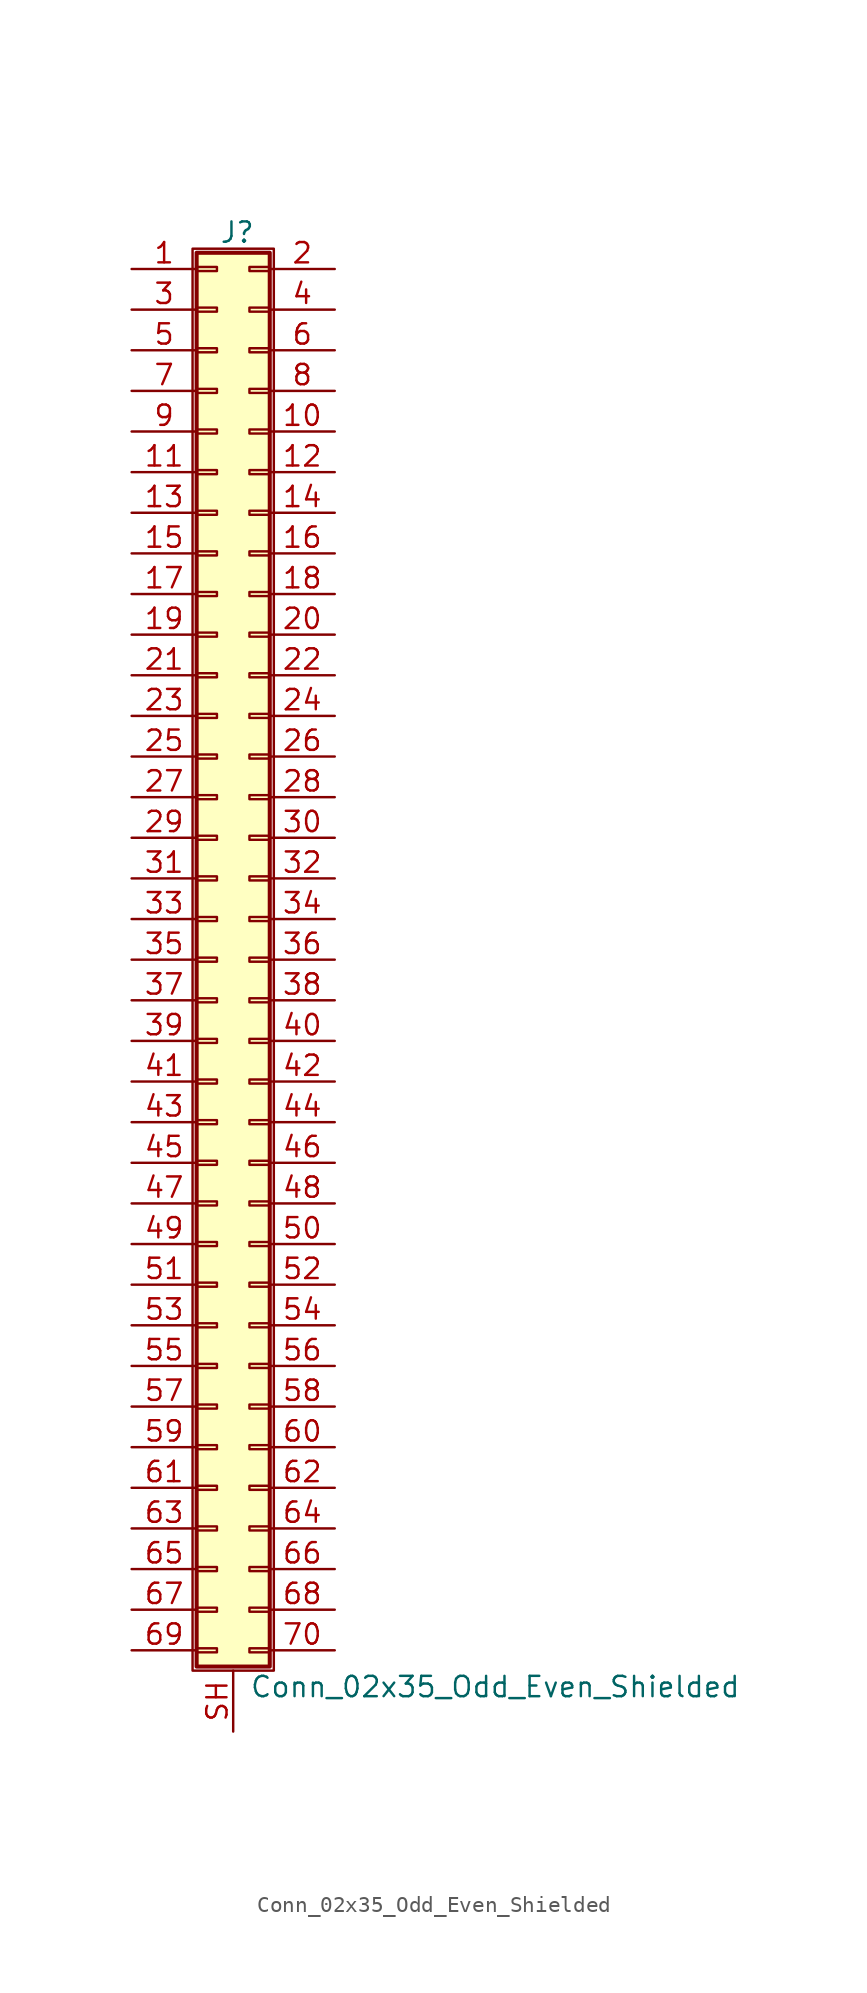
<source format=kicad_sym>
(kicad_symbol_lib
  (version 20211014)
  (generator kicad_symbol_editor)
  (symbol "Conn_02x35_Odd_Even_Shielded"
    (pin_names
      (offset 1.016) hide)
    (property "Reference" "J"
      (at 1.524 45.466 0)
      (effects (font (size 1.27 1.27))))
    (property "Value" "Conn_02x35_Odd_Even_Shielded"
      (at 2.286 -45.466 0)
      (effects (font (size 1.27 1.27)) (justify left)))
    (symbol "Conn_02x35_Odd_Even_Shielded_1_1"
      (rectangle (start -1.27 44.45) (end 3.81 -44.45) (stroke (width 0.152) (type default) (color 0 0 0 0)) (fill (type none)))
      (rectangle (start -1.016 -43.053) (end 0.254 -43.307) (stroke (width 0.152) (type default) (color 0 0 0 0)) (fill (type none)))
      (rectangle (start -1.016 -40.513) (end 0.254 -40.767) (stroke (width 0.152) (type default) (color 0 0 0 0)) (fill (type none)))
      (rectangle (start -1.016 -37.973) (end 0.254 -38.227) (stroke (width 0.152) (type default) (color 0 0 0 0)) (fill (type none)))
      (rectangle (start -1.016 -35.433) (end 0.254 -35.687) (stroke (width 0.152) (type default) (color 0 0 0 0)) (fill (type none)))
      (rectangle (start -1.016 -32.893) (end 0.254 -33.147) (stroke (width 0.152) (type default) (color 0 0 0 0)) (fill (type none)))
      (rectangle (start -1.016 -30.353) (end 0.254 -30.607) (stroke (width 0.152) (type default) (color 0 0 0 0)) (fill (type none)))
      (rectangle (start -1.016 -27.813) (end 0.254 -28.067) (stroke (width 0.152) (type default) (color 0 0 0 0)) (fill (type none)))
      (rectangle (start -1.016 -25.273) (end 0.254 -25.527) (stroke (width 0.152) (type default) (color 0 0 0 0)) (fill (type none)))
      (rectangle (start -1.016 -22.733) (end 0.254 -22.987) (stroke (width 0.152) (type default) (color 0 0 0 0)) (fill (type none)))
      (rectangle (start -1.016 -20.193) (end 0.254 -20.447) (stroke (width 0.152) (type default) (color 0 0 0 0)) (fill (type none)))
      (rectangle (start -1.016 -17.653) (end 0.254 -17.907) (stroke (width 0.152) (type default) (color 0 0 0 0)) (fill (type none)))
      (rectangle (start -1.016 -15.113) (end 0.254 -15.367) (stroke (width 0.152) (type default) (color 0 0 0 0)) (fill (type none)))
      (rectangle (start -1.016 -12.573) (end 0.254 -12.827) (stroke (width 0.152) (type default) (color 0 0 0 0)) (fill (type none)))
      (rectangle (start -1.016 -10.033) (end 0.254 -10.287) (stroke (width 0.152) (type default) (color 0 0 0 0)) (fill (type none)))
      (rectangle (start -1.016 -7.493) (end 0.254 -7.747) (stroke (width 0.152) (type default) (color 0 0 0 0)) (fill (type none)))
      (rectangle (start -1.016 -4.953) (end 0.254 -5.207) (stroke (width 0.152) (type default) (color 0 0 0 0)) (fill (type none)))
      (rectangle (start -1.016 -2.413) (end 0.254 -2.667) (stroke (width 0.152) (type default) (color 0 0 0 0)) (fill (type none)))
      (rectangle (start -1.016 0.127) (end 0.254 -0.127) (stroke (width 0.152) (type default) (color 0 0 0 0)) (fill (type none)))
      (rectangle (start -1.016 2.667) (end 0.254 2.413) (stroke (width 0.152) (type default) (color 0 0 0 0)) (fill (type none)))
      (rectangle (start -1.016 5.207) (end 0.254 4.953) (stroke (width 0.152) (type default) (color 0 0 0 0)) (fill (type none)))
      (rectangle (start -1.016 7.747) (end 0.254 7.493) (stroke (width 0.152) (type default) (color 0 0 0 0)) (fill (type none)))
      (rectangle (start -1.016 10.287) (end 0.254 10.033) (stroke (width 0.152) (type default) (color 0 0 0 0)) (fill (type none)))
      (rectangle (start -1.016 12.827) (end 0.254 12.573) (stroke (width 0.152) (type default) (color 0 0 0 0)) (fill (type none)))
      (rectangle (start -1.016 15.367) (end 0.254 15.113) (stroke (width 0.152) (type default) (color 0 0 0 0)) (fill (type none)))
      (rectangle (start -1.016 17.907) (end 0.254 17.653) (stroke (width 0.152) (type default) (color 0 0 0 0)) (fill (type none)))
      (rectangle (start -1.016 20.447) (end 0.254 20.193) (stroke (width 0.152) (type default) (color 0 0 0 0)) (fill (type none)))
      (rectangle (start -1.016 22.987) (end 0.254 22.733) (stroke (width 0.152) (type default) (color 0 0 0 0)) (fill (type none)))
      (rectangle (start -1.016 25.527) (end 0.254 25.273) (stroke (width 0.152) (type default) (color 0 0 0 0)) (fill (type none)))
      (rectangle (start -1.016 28.067) (end 0.254 27.813) (stroke (width 0.152) (type default) (color 0 0 0 0)) (fill (type none)))
      (rectangle (start -1.016 30.607) (end 0.254 30.353) (stroke (width 0.152) (type default) (color 0 0 0 0)) (fill (type none)))
      (rectangle (start -1.016 33.147) (end 0.254 32.893) (stroke (width 0.152) (type default) (color 0 0 0 0)) (fill (type none)))
      (rectangle (start -1.016 35.687) (end 0.254 35.433) (stroke (width 0.152) (type default) (color 0 0 0 0)) (fill (type none)))
      (rectangle (start -1.016 38.227) (end 0.254 37.973) (stroke (width 0.152) (type default) (color 0 0 0 0)) (fill (type none)))
      (rectangle (start -1.016 40.767) (end 0.254 40.513) (stroke (width 0.152) (type default) (color 0 0 0 0)) (fill (type none)))
      (rectangle (start -1.016 43.307) (end 0.254 43.053) (stroke (width 0.152) (type default) (color 0 0 0 0)) (fill (type none)))
      (rectangle (start -1.016 44.196) (end 3.556 -44.196) (stroke (width 0.254) (type default) (color 0 0 0 0)) (fill (type background)))
      (rectangle (start 3.556 -43.053) (end 2.286 -43.307) (stroke (width 0.152) (type default) (color 0 0 0 0)) (fill (type none)))
      (rectangle (start 3.556 -40.513) (end 2.286 -40.767) (stroke (width 0.152) (type default) (color 0 0 0 0)) (fill (type none)))
      (rectangle (start 3.556 -37.973) (end 2.286 -38.227) (stroke (width 0.152) (type default) (color 0 0 0 0)) (fill (type none)))
      (rectangle (start 3.556 -35.433) (end 2.286 -35.687) (stroke (width 0.152) (type default) (color 0 0 0 0)) (fill (type none)))
      (rectangle (start 3.556 -32.893) (end 2.286 -33.147) (stroke (width 0.152) (type default) (color 0 0 0 0)) (fill (type none)))
      (rectangle (start 3.556 -30.353) (end 2.286 -30.607) (stroke (width 0.152) (type default) (color 0 0 0 0)) (fill (type none)))
      (rectangle (start 3.556 -27.813) (end 2.286 -28.067) (stroke (width 0.152) (type default) (color 0 0 0 0)) (fill (type none)))
      (rectangle (start 3.556 -25.273) (end 2.286 -25.527) (stroke (width 0.152) (type default) (color 0 0 0 0)) (fill (type none)))
      (rectangle (start 3.556 -22.733) (end 2.286 -22.987) (stroke (width 0.152) (type default) (color 0 0 0 0)) (fill (type none)))
      (rectangle (start 3.556 -20.193) (end 2.286 -20.447) (stroke (width 0.152) (type default) (color 0 0 0 0)) (fill (type none)))
      (rectangle (start 3.556 -17.653) (end 2.286 -17.907) (stroke (width 0.152) (type default) (color 0 0 0 0)) (fill (type none)))
      (rectangle (start 3.556 -15.113) (end 2.286 -15.367) (stroke (width 0.152) (type default) (color 0 0 0 0)) (fill (type none)))
      (rectangle (start 3.556 -12.573) (end 2.286 -12.827) (stroke (width 0.152) (type default) (color 0 0 0 0)) (fill (type none)))
      (rectangle (start 3.556 -10.033) (end 2.286 -10.287) (stroke (width 0.152) (type default) (color 0 0 0 0)) (fill (type none)))
      (rectangle (start 3.556 -7.493) (end 2.286 -7.747) (stroke (width 0.152) (type default) (color 0 0 0 0)) (fill (type none)))
      (rectangle (start 3.556 -4.953) (end 2.286 -5.207) (stroke (width 0.152) (type default) (color 0 0 0 0)) (fill (type none)))
      (rectangle (start 3.556 -2.413) (end 2.286 -2.667) (stroke (width 0.152) (type default) (color 0 0 0 0)) (fill (type none)))
      (rectangle (start 3.556 0.127) (end 2.286 -0.127) (stroke (width 0.152) (type default) (color 0 0 0 0)) (fill (type none)))
      (rectangle (start 3.556 2.667) (end 2.286 2.413) (stroke (width 0.152) (type default) (color 0 0 0 0)) (fill (type none)))
      (rectangle (start 3.556 5.207) (end 2.286 4.953) (stroke (width 0.152) (type default) (color 0 0 0 0)) (fill (type none)))
      (rectangle (start 3.556 7.747) (end 2.286 7.493) (stroke (width 0.152) (type default) (color 0 0 0 0)) (fill (type none)))
      (rectangle (start 3.556 10.287) (end 2.286 10.033) (stroke (width 0.152) (type default) (color 0 0 0 0)) (fill (type none)))
      (rectangle (start 3.556 12.827) (end 2.286 12.573) (stroke (width 0.152) (type default) (color 0 0 0 0)) (fill (type none)))
      (rectangle (start 3.556 15.367) (end 2.286 15.113) (stroke (width 0.152) (type default) (color 0 0 0 0)) (fill (type none)))
      (rectangle (start 3.556 17.907) (end 2.286 17.653) (stroke (width 0.152) (type default) (color 0 0 0 0)) (fill (type none)))
      (rectangle (start 3.556 20.447) (end 2.286 20.193) (stroke (width 0.152) (type default) (color 0 0 0 0)) (fill (type none)))
      (rectangle (start 3.556 22.987) (end 2.286 22.733) (stroke (width 0.152) (type default) (color 0 0 0 0)) (fill (type none)))
      (rectangle (start 3.556 25.527) (end 2.286 25.273) (stroke (width 0.152) (type default) (color 0 0 0 0)) (fill (type none)))
      (rectangle (start 3.556 28.067) (end 2.286 27.813) (stroke (width 0.152) (type default) (color 0 0 0 0)) (fill (type none)))
      (rectangle (start 3.556 30.607) (end 2.286 30.353) (stroke (width 0.152) (type default) (color 0 0 0 0)) (fill (type none)))
      (rectangle (start 3.556 33.147) (end 2.286 32.893) (stroke (width 0.152) (type default) (color 0 0 0 0)) (fill (type none)))
      (rectangle (start 3.556 35.687) (end 2.286 35.433) (stroke (width 0.152) (type default) (color 0 0 0 0)) (fill (type none)))
      (rectangle (start 3.556 38.227) (end 2.286 37.973) (stroke (width 0.152) (type default) (color 0 0 0 0)) (fill (type none)))
      (rectangle (start 3.556 40.767) (end 2.286 40.513) (stroke (width 0.152) (type default) (color 0 0 0 0)) (fill (type none)))
      (rectangle (start 3.556 43.307) (end 2.286 43.053) (stroke (width 0.152) (type default) (color 0 0 0 0)) (fill (type none)))
      (pin passive line (at -5.08 43.18 0) (length 4.064) (name "Pin_1" (effects (font (size 1.27 1.27)))) (number "1" (effects (font (size 1.27 1.27)))))
      (pin passive line (at 7.62 33.02 180) (length 4.064) (name "Pin_10" (effects (font (size 1.27 1.27)))) (number "10" (effects (font (size 1.27 1.27)))))
      (pin passive line (at -5.08 30.48 0) (length 4.064) (name "Pin_11" (effects (font (size 1.27 1.27)))) (number "11" (effects (font (size 1.27 1.27)))))
      (pin passive line (at 7.62 30.48 180) (length 4.064) (name "Pin_12" (effects (font (size 1.27 1.27)))) (number "12" (effects (font (size 1.27 1.27)))))
      (pin passive line (at -5.08 27.94 0) (length 4.064) (name "Pin_13" (effects (font (size 1.27 1.27)))) (number "13" (effects (font (size 1.27 1.27)))))
      (pin passive line (at 7.62 27.94 180) (length 4.064) (name "Pin_14" (effects (font (size 1.27 1.27)))) (number "14" (effects (font (size 1.27 1.27)))))
      (pin passive line (at -5.08 25.4 0) (length 4.064) (name "Pin_15" (effects (font (size 1.27 1.27)))) (number "15" (effects (font (size 1.27 1.27)))))
      (pin passive line (at 7.62 25.4 180) (length 4.064) (name "Pin_16" (effects (font (size 1.27 1.27)))) (number "16" (effects (font (size 1.27 1.27)))))
      (pin passive line (at -5.08 22.86 0) (length 4.064) (name "Pin_17" (effects (font (size 1.27 1.27)))) (number "17" (effects (font (size 1.27 1.27)))))
      (pin passive line (at 7.62 22.86 180) (length 4.064) (name "Pin_18" (effects (font (size 1.27 1.27)))) (number "18" (effects (font (size 1.27 1.27)))))
      (pin passive line (at -5.08 20.32 0) (length 4.064) (name "Pin_19" (effects (font (size 1.27 1.27)))) (number "19" (effects (font (size 1.27 1.27)))))
      (pin passive line (at 7.62 43.18 180) (length 4.064) (name "Pin_2" (effects (font (size 1.27 1.27)))) (number "2" (effects (font (size 1.27 1.27)))))
      (pin passive line (at 7.62 20.32 180) (length 4.064) (name "Pin_20" (effects (font (size 1.27 1.27)))) (number "20" (effects (font (size 1.27 1.27)))))
      (pin passive line (at -5.08 17.78 0) (length 4.064) (name "Pin_21" (effects (font (size 1.27 1.27)))) (number "21" (effects (font (size 1.27 1.27)))))
      (pin passive line (at 7.62 17.78 180) (length 4.064) (name "Pin_22" (effects (font (size 1.27 1.27)))) (number "22" (effects (font (size 1.27 1.27)))))
      (pin passive line (at -5.08 15.24 0) (length 4.064) (name "Pin_23" (effects (font (size 1.27 1.27)))) (number "23" (effects (font (size 1.27 1.27)))))
      (pin passive line (at 7.62 15.24 180) (length 4.064) (name "Pin_24" (effects (font (size 1.27 1.27)))) (number "24" (effects (font (size 1.27 1.27)))))
      (pin passive line (at -5.08 12.7 0) (length 4.064) (name "Pin_25" (effects (font (size 1.27 1.27)))) (number "25" (effects (font (size 1.27 1.27)))))
      (pin passive line (at 7.62 12.7 180) (length 4.064) (name "Pin_26" (effects (font (size 1.27 1.27)))) (number "26" (effects (font (size 1.27 1.27)))))
      (pin passive line (at -5.08 10.16 0) (length 4.064) (name "Pin_27" (effects (font (size 1.27 1.27)))) (number "27" (effects (font (size 1.27 1.27)))))
      (pin passive line (at 7.62 10.16 180) (length 4.064) (name "Pin_28" (effects (font (size 1.27 1.27)))) (number "28" (effects (font (size 1.27 1.27)))))
      (pin passive line (at -5.08 7.62 0) (length 4.064) (name "Pin_29" (effects (font (size 1.27 1.27)))) (number "29" (effects (font (size 1.27 1.27)))))
      (pin passive line (at -5.08 40.64 0) (length 4.064) (name "Pin_3" (effects (font (size 1.27 1.27)))) (number "3" (effects (font (size 1.27 1.27)))))
      (pin passive line (at 7.62 7.62 180) (length 4.064) (name "Pin_30" (effects (font (size 1.27 1.27)))) (number "30" (effects (font (size 1.27 1.27)))))
      (pin passive line (at -5.08 5.08 0) (length 4.064) (name "Pin_31" (effects (font (size 1.27 1.27)))) (number "31" (effects (font (size 1.27 1.27)))))
      (pin passive line (at 7.62 5.08 180) (length 4.064) (name "Pin_32" (effects (font (size 1.27 1.27)))) (number "32" (effects (font (size 1.27 1.27)))))
      (pin passive line (at -5.08 2.54 0) (length 4.064) (name "Pin_33" (effects (font (size 1.27 1.27)))) (number "33" (effects (font (size 1.27 1.27)))))
      (pin passive line (at 7.62 2.54 180) (length 4.064) (name "Pin_34" (effects (font (size 1.27 1.27)))) (number "34" (effects (font (size 1.27 1.27)))))
      (pin passive line (at -5.08 0 0) (length 4.064) (name "Pin_35" (effects (font (size 1.27 1.27)))) (number "35" (effects (font (size 1.27 1.27)))))
      (pin passive line (at 7.62 0 180) (length 4.064) (name "Pin_36" (effects (font (size 1.27 1.27)))) (number "36" (effects (font (size 1.27 1.27)))))
      (pin passive line (at -5.08 -2.54 0) (length 4.064) (name "Pin_37" (effects (font (size 1.27 1.27)))) (number "37" (effects (font (size 1.27 1.27)))))
      (pin passive line (at 7.62 -2.54 180) (length 4.064) (name "Pin_38" (effects (font (size 1.27 1.27)))) (number "38" (effects (font (size 1.27 1.27)))))
      (pin passive line (at -5.08 -5.08 0) (length 4.064) (name "Pin_39" (effects (font (size 1.27 1.27)))) (number "39" (effects (font (size 1.27 1.27)))))
      (pin passive line (at 7.62 40.64 180) (length 4.064) (name "Pin_4" (effects (font (size 1.27 1.27)))) (number "4" (effects (font (size 1.27 1.27)))))
      (pin passive line (at 7.62 -5.08 180) (length 4.064) (name "Pin_40" (effects (font (size 1.27 1.27)))) (number "40" (effects (font (size 1.27 1.27)))))
      (pin passive line (at -5.08 -7.62 0) (length 4.064) (name "Pin_41" (effects (font (size 1.27 1.27)))) (number "41" (effects (font (size 1.27 1.27)))))
      (pin passive line (at 7.62 -7.62 180) (length 4.064) (name "Pin_42" (effects (font (size 1.27 1.27)))) (number "42" (effects (font (size 1.27 1.27)))))
      (pin passive line (at -5.08 -10.16 0) (length 4.064) (name "Pin_43" (effects (font (size 1.27 1.27)))) (number "43" (effects (font (size 1.27 1.27)))))
      (pin passive line (at 7.62 -10.16 180) (length 4.064) (name "Pin_44" (effects (font (size 1.27 1.27)))) (number "44" (effects (font (size 1.27 1.27)))))
      (pin passive line (at -5.08 -12.7 0) (length 4.064) (name "Pin_45" (effects (font (size 1.27 1.27)))) (number "45" (effects (font (size 1.27 1.27)))))
      (pin passive line (at 7.62 -12.7 180) (length 4.064) (name "Pin_46" (effects (font (size 1.27 1.27)))) (number "46" (effects (font (size 1.27 1.27)))))
      (pin passive line (at -5.08 -15.24 0) (length 4.064) (name "Pin_47" (effects (font (size 1.27 1.27)))) (number "47" (effects (font (size 1.27 1.27)))))
      (pin passive line (at 7.62 -15.24 180) (length 4.064) (name "Pin_48" (effects (font (size 1.27 1.27)))) (number "48" (effects (font (size 1.27 1.27)))))
      (pin passive line (at -5.08 -17.78 0) (length 4.064) (name "Pin_49" (effects (font (size 1.27 1.27)))) (number "49" (effects (font (size 1.27 1.27)))))
      (pin passive line (at -5.08 38.1 0) (length 4.064) (name "Pin_5" (effects (font (size 1.27 1.27)))) (number "5" (effects (font (size 1.27 1.27)))))
      (pin passive line (at 7.62 -17.78 180) (length 4.064) (name "Pin_50" (effects (font (size 1.27 1.27)))) (number "50" (effects (font (size 1.27 1.27)))))
      (pin passive line (at -5.08 -20.32 0) (length 4.064) (name "Pin_51" (effects (font (size 1.27 1.27)))) (number "51" (effects (font (size 1.27 1.27)))))
      (pin passive line (at 7.62 -20.32 180) (length 4.064) (name "Pin_52" (effects (font (size 1.27 1.27)))) (number "52" (effects (font (size 1.27 1.27)))))
      (pin passive line (at -5.08 -22.86 0) (length 4.064) (name "Pin_53" (effects (font (size 1.27 1.27)))) (number "53" (effects (font (size 1.27 1.27)))))
      (pin passive line (at 7.62 -22.86 180) (length 4.064) (name "Pin_54" (effects (font (size 1.27 1.27)))) (number "54" (effects (font (size 1.27 1.27)))))
      (pin passive line (at -5.08 -25.4 0) (length 4.064) (name "Pin_55" (effects (font (size 1.27 1.27)))) (number "55" (effects (font (size 1.27 1.27)))))
      (pin passive line (at 7.62 -25.4 180) (length 4.064) (name "Pin_56" (effects (font (size 1.27 1.27)))) (number "56" (effects (font (size 1.27 1.27)))))
      (pin passive line (at -5.08 -27.94 0) (length 4.064) (name "Pin_57" (effects (font (size 1.27 1.27)))) (number "57" (effects (font (size 1.27 1.27)))))
      (pin passive line (at 7.62 -27.94 180) (length 4.064) (name "Pin_58" (effects (font (size 1.27 1.27)))) (number "58" (effects (font (size 1.27 1.27)))))
      (pin passive line (at -5.08 -30.48 0) (length 4.064) (name "Pin_59" (effects (font (size 1.27 1.27)))) (number "59" (effects (font (size 1.27 1.27)))))
      (pin passive line (at 7.62 38.1 180) (length 4.064) (name "Pin_6" (effects (font (size 1.27 1.27)))) (number "6" (effects (font (size 1.27 1.27)))))
      (pin passive line (at 7.62 -30.48 180) (length 4.064) (name "Pin_60" (effects (font (size 1.27 1.27)))) (number "60" (effects (font (size 1.27 1.27)))))
      (pin passive line (at -5.08 -33.02 0) (length 4.064) (name "Pin_61" (effects (font (size 1.27 1.27)))) (number "61" (effects (font (size 1.27 1.27)))))
      (pin passive line (at 7.62 -33.02 180) (length 4.064) (name "Pin_62" (effects (font (size 1.27 1.27)))) (number "62" (effects (font (size 1.27 1.27)))))
      (pin passive line (at -5.08 -35.56 0) (length 4.064) (name "Pin_63" (effects (font (size 1.27 1.27)))) (number "63" (effects (font (size 1.27 1.27)))))
      (pin passive line (at 7.62 -35.56 180) (length 4.064) (name "Pin_64" (effects (font (size 1.27 1.27)))) (number "64" (effects (font (size 1.27 1.27)))))
      (pin passive line (at -5.08 -38.1 0) (length 4.064) (name "Pin_65" (effects (font (size 1.27 1.27)))) (number "65" (effects (font (size 1.27 1.27)))))
      (pin passive line (at 7.62 -38.1 180) (length 4.064) (name "Pin_66" (effects (font (size 1.27 1.27)))) (number "66" (effects (font (size 1.27 1.27)))))
      (pin passive line (at -5.08 -40.64 0) (length 4.064) (name "Pin_67" (effects (font (size 1.27 1.27)))) (number "67" (effects (font (size 1.27 1.27)))))
      (pin passive line (at 7.62 -40.64 180) (length 4.064) (name "Pin_68" (effects (font (size 1.27 1.27)))) (number "68" (effects (font (size 1.27 1.27)))))
      (pin passive line (at -5.08 -43.18 0) (length 4.064) (name "Pin_69" (effects (font (size 1.27 1.27)))) (number "69" (effects (font (size 1.27 1.27)))))
      (pin passive line (at -5.08 35.56 0) (length 4.064) (name "Pin_7" (effects (font (size 1.27 1.27)))) (number "7" (effects (font (size 1.27 1.27)))))
      (pin passive line (at 7.62 -43.18 180) (length 4.064) (name "Pin_70" (effects (font (size 1.27 1.27)))) (number "70" (effects (font (size 1.27 1.27)))))
      (pin passive line (at 7.62 35.56 180) (length 4.064) (name "Pin_8" (effects (font (size 1.27 1.27)))) (number "8" (effects (font (size 1.27 1.27)))))
      (pin passive line (at -5.08 33.02 0) (length 4.064) (name "Pin_9" (effects (font (size 1.27 1.27)))) (number "9" (effects (font (size 1.27 1.27)))))
      (pin passive line (at 1.27 -48.26 90) (length 3.81) (name "Shield" (effects (font (size 1.27 1.27)))) (number "SH" (effects (font (size 1.27 1.27))))))))
</source>
